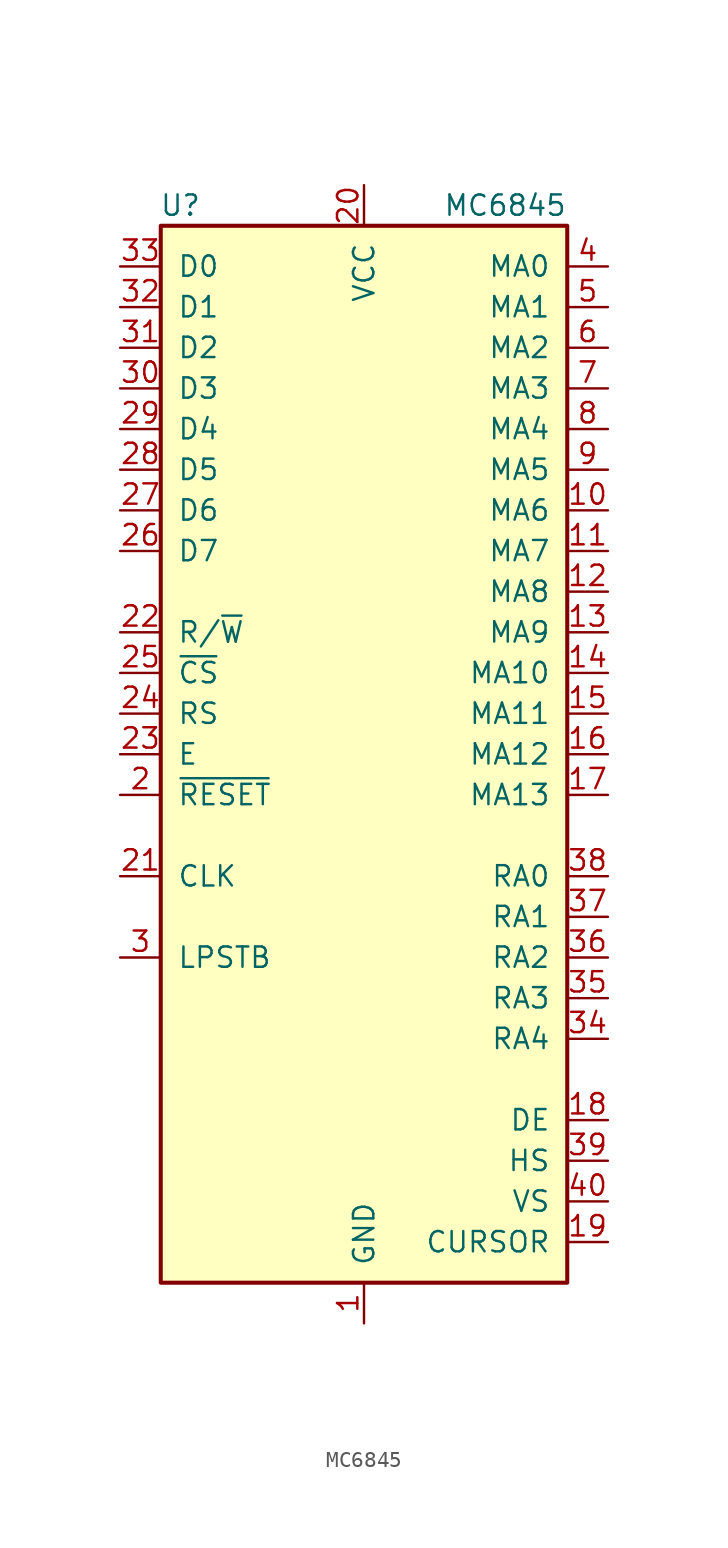
<source format=kicad_sym>
(kicad_symbol_lib
  (version 20241209)
  (generator "kicad_symbol_editor")
  (generator_version "9.0")
  (symbol "MC6845"
    (pin_names
      (offset 1.016))
    (property "Reference" "U"
      (at -10.16 34.29 0)
      (effects (font (size 1.27 1.27)) (justify right)))
    (property "Value" "MC6845"
      (at 12.7 34.29 0)
      (effects (font (size 1.27 1.27)) (justify right)))
    (symbol "MC6845_0_1"
      (rectangle (start -12.7 -33.02) (end 12.7 33.02) (stroke (width 0.254) (type default)) (fill (type background))))
    (symbol "MC6845_1_1"
      (pin bidirectional line (at -15.24 30.48 0) (length 2.54) (name "D0" (effects (font (size 1.27 1.27)))) (number "33" (effects (font (size 1.27 1.27)))))
      (pin bidirectional line (at -15.24 27.94 0) (length 2.54) (name "D1" (effects (font (size 1.27 1.27)))) (number "32" (effects (font (size 1.27 1.27)))))
      (pin bidirectional line (at -15.24 25.4 0) (length 2.54) (name "D2" (effects (font (size 1.27 1.27)))) (number "31" (effects (font (size 1.27 1.27)))))
      (pin bidirectional line (at -15.24 22.86 0) (length 2.54) (name "D3" (effects (font (size 1.27 1.27)))) (number "30" (effects (font (size 1.27 1.27)))))
      (pin bidirectional line (at -15.24 20.32 0) (length 2.54) (name "D4" (effects (font (size 1.27 1.27)))) (number "29" (effects (font (size 1.27 1.27)))))
      (pin bidirectional line (at -15.24 17.78 0) (length 2.54) (name "D5" (effects (font (size 1.27 1.27)))) (number "28" (effects (font (size 1.27 1.27)))))
      (pin bidirectional line (at -15.24 15.24 0) (length 2.54) (name "D6" (effects (font (size 1.27 1.27)))) (number "27" (effects (font (size 1.27 1.27)))))
      (pin bidirectional line (at -15.24 12.7 0) (length 2.54) (name "D7" (effects (font (size 1.27 1.27)))) (number "26" (effects (font (size 1.27 1.27)))))
      (pin input line (at -15.24 7.62 0) (length 2.54) (name "R/~{W}" (effects (font (size 1.27 1.27)))) (number "22" (effects (font (size 1.27 1.27)))))
      (pin input line (at -15.24 5.08 0) (length 2.54) (name "~{CS}" (effects (font (size 1.27 1.27)))) (number "25" (effects (font (size 1.27 1.27)))))
      (pin input line (at -15.24 2.54 0) (length 2.54) (name "RS" (effects (font (size 1.27 1.27)))) (number "24" (effects (font (size 1.27 1.27)))))
      (pin input line (at -15.24 0 0) (length 2.54) (name "E" (effects (font (size 1.27 1.27)))) (number "23" (effects (font (size 1.27 1.27)))))
      (pin input line (at -15.24 -2.54 0) (length 2.54) (name "~{RESET}" (effects (font (size 1.27 1.27)))) (number "2" (effects (font (size 1.27 1.27)))))
      (pin input line (at -15.24 -7.62 0) (length 2.54) (name "CLK" (effects (font (size 1.27 1.27)))) (number "21" (effects (font (size 1.27 1.27)))))
      (pin input line (at -15.24 -12.7 0) (length 2.54) (name "LPSTB" (effects (font (size 1.27 1.27)))) (number "3" (effects (font (size 1.27 1.27)))))
      (pin power_in line (at 0 35.56 270) (length 2.54) (name "VCC" (effects (font (size 1.27 1.27)))) (number "20" (effects (font (size 1.27 1.27)))))
      (pin power_in line (at 0 -35.56 90) (length 2.54) (name "GND" (effects (font (size 1.27 1.27)))) (number "1" (effects (font (size 1.27 1.27)))))
      (pin output line (at 15.24 30.48 180) (length 2.54) (name "MA0" (effects (font (size 1.27 1.27)))) (number "4" (effects (font (size 1.27 1.27)))))
      (pin output line (at 15.24 27.94 180) (length 2.54) (name "MA1" (effects (font (size 1.27 1.27)))) (number "5" (effects (font (size 1.27 1.27)))))
      (pin output line (at 15.24 25.4 180) (length 2.54) (name "MA2" (effects (font (size 1.27 1.27)))) (number "6" (effects (font (size 1.27 1.27)))))
      (pin output line (at 15.24 22.86 180) (length 2.54) (name "MA3" (effects (font (size 1.27 1.27)))) (number "7" (effects (font (size 1.27 1.27)))))
      (pin output line (at 15.24 20.32 180) (length 2.54) (name "MA4" (effects (font (size 1.27 1.27)))) (number "8" (effects (font (size 1.27 1.27)))))
      (pin output line (at 15.24 17.78 180) (length 2.54) (name "MA5" (effects (font (size 1.27 1.27)))) (number "9" (effects (font (size 1.27 1.27)))))
      (pin output line (at 15.24 15.24 180) (length 2.54) (name "MA6" (effects (font (size 1.27 1.27)))) (number "10" (effects (font (size 1.27 1.27)))))
      (pin output line (at 15.24 12.7 180) (length 2.54) (name "MA7" (effects (font (size 1.27 1.27)))) (number "11" (effects (font (size 1.27 1.27)))))
      (pin output line (at 15.24 10.16 180) (length 2.54) (name "MA8" (effects (font (size 1.27 1.27)))) (number "12" (effects (font (size 1.27 1.27)))))
      (pin output line (at 15.24 7.62 180) (length 2.54) (name "MA9" (effects (font (size 1.27 1.27)))) (number "13" (effects (font (size 1.27 1.27)))))
      (pin output line (at 15.24 5.08 180) (length 2.54) (name "MA10" (effects (font (size 1.27 1.27)))) (number "14" (effects (font (size 1.27 1.27)))))
      (pin output line (at 15.24 2.54 180) (length 2.54) (name "MA11" (effects (font (size 1.27 1.27)))) (number "15" (effects (font (size 1.27 1.27)))))
      (pin output line (at 15.24 0 180) (length 2.54) (name "MA12" (effects (font (size 1.27 1.27)))) (number "16" (effects (font (size 1.27 1.27)))))
      (pin output line (at 15.24 -2.54 180) (length 2.54) (name "MA13" (effects (font (size 1.27 1.27)))) (number "17" (effects (font (size 1.27 1.27)))))
      (pin output line (at 15.24 -7.62 180) (length 2.54) (name "RA0" (effects (font (size 1.27 1.27)))) (number "38" (effects (font (size 1.27 1.27)))))
      (pin output line (at 15.24 -10.16 180) (length 2.54) (name "RA1" (effects (font (size 1.27 1.27)))) (number "37" (effects (font (size 1.27 1.27)))))
      (pin output line (at 15.24 -12.7 180) (length 2.54) (name "RA2" (effects (font (size 1.27 1.27)))) (number "36" (effects (font (size 1.27 1.27)))))
      (pin output line (at 15.24 -15.24 180) (length 2.54) (name "RA3" (effects (font (size 1.27 1.27)))) (number "35" (effects (font (size 1.27 1.27)))))
      (pin output line (at 15.24 -17.78 180) (length 2.54) (name "RA4" (effects (font (size 1.27 1.27)))) (number "34" (effects (font (size 1.27 1.27)))))
      (pin output line (at 15.24 -22.86 180) (length 2.54) (name "DE" (effects (font (size 1.27 1.27)))) (number "18" (effects (font (size 1.27 1.27)))))
      (pin output line (at 15.24 -25.4 180) (length 2.54) (name "HS" (effects (font (size 1.27 1.27)))) (number "39" (effects (font (size 1.27 1.27)))))
      (pin output line (at 15.24 -27.94 180) (length 2.54) (name "VS" (effects (font (size 1.27 1.27)))) (number "40" (effects (font (size 1.27 1.27)))))
      (pin output line (at 15.24 -30.48 180) (length 2.54) (name "CURSOR" (effects (font (size 1.27 1.27)))) (number "19" (effects (font (size 1.27 1.27))))))))
</source>
